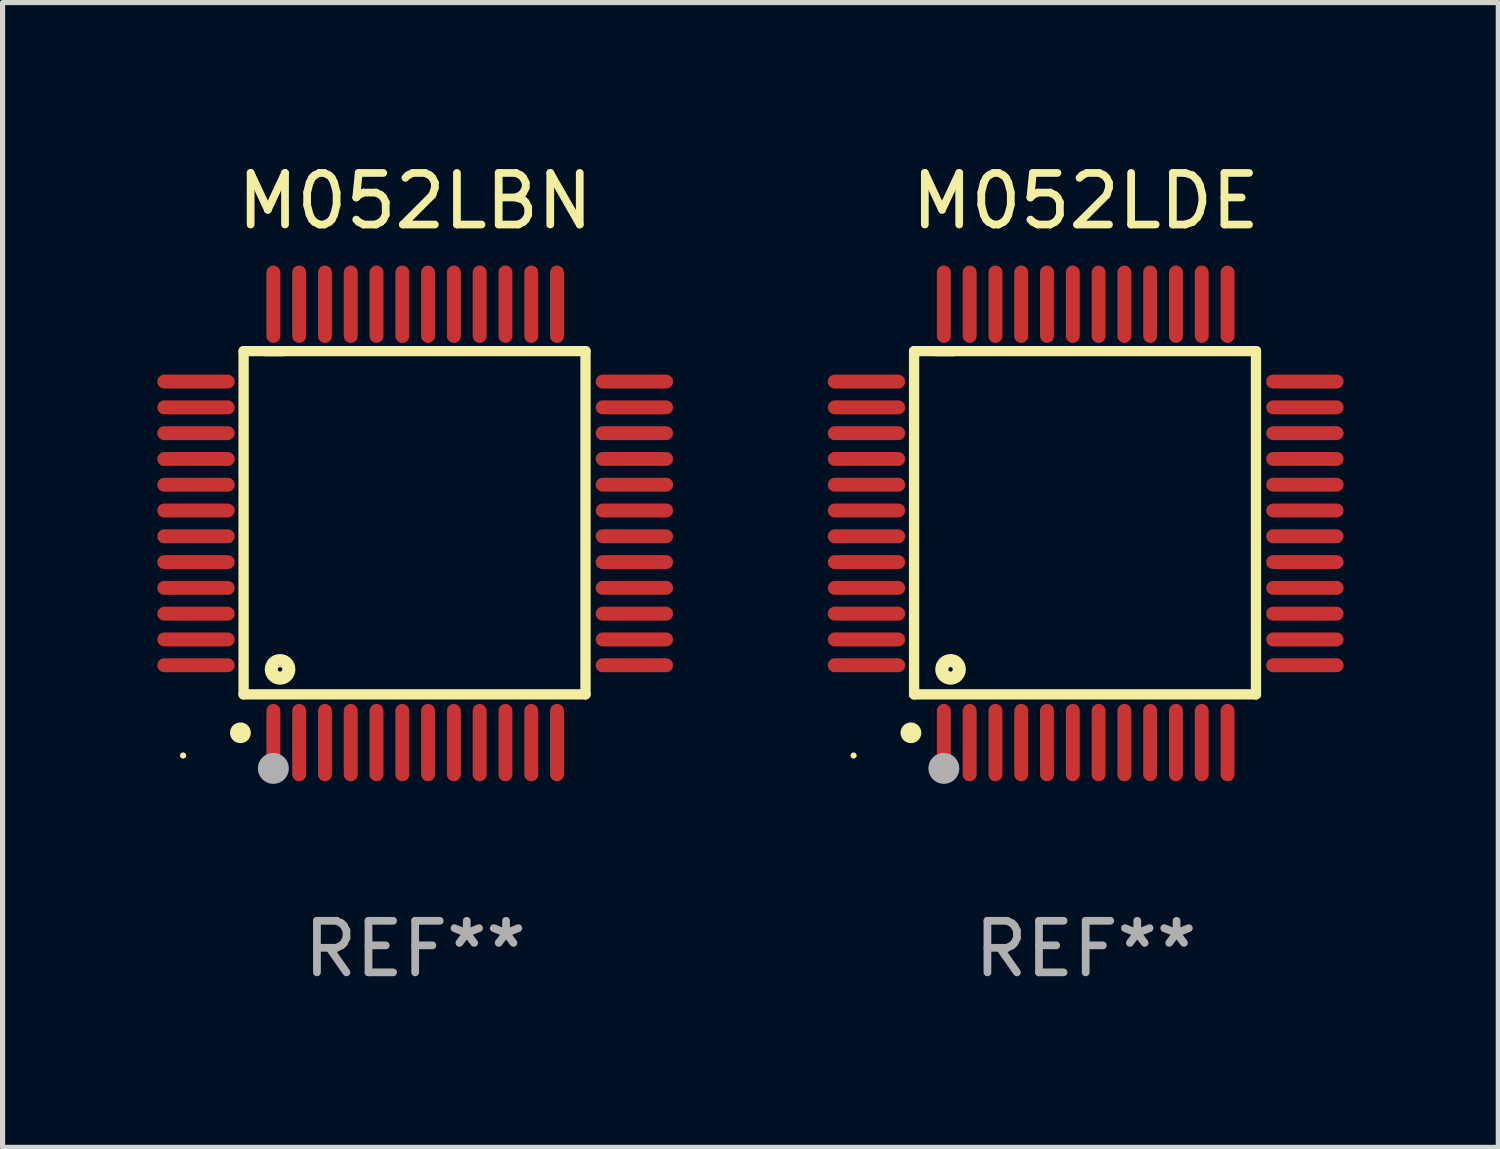
<source format=kicad_pcb>
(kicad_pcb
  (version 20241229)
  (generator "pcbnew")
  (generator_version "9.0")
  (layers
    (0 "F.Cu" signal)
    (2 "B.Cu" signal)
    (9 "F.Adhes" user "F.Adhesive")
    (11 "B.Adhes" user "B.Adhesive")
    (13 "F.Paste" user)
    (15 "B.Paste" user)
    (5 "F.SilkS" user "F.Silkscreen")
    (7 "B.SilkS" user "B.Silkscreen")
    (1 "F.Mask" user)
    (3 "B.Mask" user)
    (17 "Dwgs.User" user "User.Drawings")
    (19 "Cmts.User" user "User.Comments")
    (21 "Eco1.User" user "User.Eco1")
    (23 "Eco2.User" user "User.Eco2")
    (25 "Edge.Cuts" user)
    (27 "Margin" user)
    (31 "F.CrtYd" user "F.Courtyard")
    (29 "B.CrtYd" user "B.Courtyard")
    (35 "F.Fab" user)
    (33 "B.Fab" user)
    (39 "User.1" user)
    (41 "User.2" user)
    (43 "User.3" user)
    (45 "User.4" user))
  (footprint "M052LBN"
    (layer "F.Cu")
    (at 5 7.098)
    (property "Reference" "M052LBN" (at 0 -6.25 0) (layer "F.SilkS") (effects (font (size 1 1) (thickness 0.15))))
    (attr through_hole)
    (fp_line (start -3.327 -3.34) (end -2.565 -3.34) (stroke (width 0.2) (type solid)) (layer "F.SilkS"))
    (fp_line (start -3.327 3.315) (end -3.327 -3.34) (stroke (width 0.2) (type solid)) (layer "F.SilkS"))
    (fp_line (start -2.896 -3.34) (end 3.302 -3.34) (stroke (width 0.2) (type solid)) (layer "F.SilkS"))
    (fp_line (start 3.302 -3.34) (end 3.302 3.315) (stroke (width 0.2) (type solid)) (layer "F.SilkS"))
    (fp_line (start 3.302 3.315) (end -3.327 3.315) (stroke (width 0.2) (type solid)) (layer "F.SilkS"))
    (fp_arc (start -3.389992 4.059995) (mid -3.388722 4.059991) (end -3.387452 4.059995) (stroke (width 0.4) (type solid)) (layer "F.SilkS"))
    (fp_circle (center -4.5 4.5) (end -4.47 4.5) (stroke (width 0.06) (type solid)) (fill no) (layer "F.SilkS"))
    (fp_circle (center -2.62 2.83) (end -2.45 2.83) (stroke (width 0.254) (type solid)) (fill no) (layer "F.SilkS"))
    (fp_circle (center -2.75 4.75) (end -2.6 4.75) (stroke (width 0.3) (type solid)) (fill no) (layer "F.Fab"))
    (fp_text user "REF**" (at 0 8.25 0) (layer "F.Fab") (effects (font (size 1 1) (thickness 0.15))))
    (pad "1" smd oval (at -2.75 4.25) (size 0.27 1.5) (layers "F.Cu" "F.Mask" "F.Paste"))
    (pad "2" smd oval (at -2.25 4.25) (size 0.27 1.5) (layers "F.Cu" "F.Mask" "F.Paste"))
    (pad "3" smd oval (at -1.75 4.25) (size 0.27 1.5) (layers "F.Cu" "F.Mask" "F.Paste"))
    (pad "4" smd oval (at -1.25 4.25) (size 0.27 1.5) (layers "F.Cu" "F.Mask" "F.Paste"))
    (pad "5" smd oval (at -0.75 4.25) (size 0.27 1.5) (layers "F.Cu" "F.Mask" "F.Paste"))
    (pad "6" smd oval (at -0.25 4.25) (size 0.27 1.5) (layers "F.Cu" "F.Mask" "F.Paste"))
    (pad "7" smd oval (at 0.25 4.25) (size 0.27 1.5) (layers "F.Cu" "F.Mask" "F.Paste"))
    (pad "8" smd oval (at 0.75 4.25) (size 0.27 1.5) (layers "F.Cu" "F.Mask" "F.Paste"))
    (pad "9" smd oval (at 1.25 4.25) (size 0.27 1.5) (layers "F.Cu" "F.Mask" "F.Paste"))
    (pad "10" smd oval (at 1.75 4.25) (size 0.27 1.5) (layers "F.Cu" "F.Mask" "F.Paste"))
    (pad "11" smd oval (at 2.25 4.25) (size 0.27 1.5) (layers "F.Cu" "F.Mask" "F.Paste"))
    (pad "12" smd oval (at 2.75 4.25) (size 0.27 1.5) (layers "F.Cu" "F.Mask" "F.Paste"))
    (pad "13" smd oval (at 4.25 2.75) (size 1.5 0.27) (layers "F.Cu" "F.Mask" "F.Paste"))
    (pad "14" smd oval (at 4.25 2.25) (size 1.5 0.27) (layers "F.Cu" "F.Mask" "F.Paste"))
    (pad "15" smd oval (at 4.25 1.75) (size 1.5 0.27) (layers "F.Cu" "F.Mask" "F.Paste"))
    (pad "16" smd oval (at 4.25 1.25) (size 1.5 0.27) (layers "F.Cu" "F.Mask" "F.Paste"))
    (pad "17" smd oval (at 4.25 0.75) (size 1.5 0.27) (layers "F.Cu" "F.Mask" "F.Paste"))
    (pad "18" smd oval (at 4.25 0.25) (size 1.5 0.27) (layers "F.Cu" "F.Mask" "F.Paste"))
    (pad "19" smd oval (at 4.25 -0.25) (size 1.5 0.27) (layers "F.Cu" "F.Mask" "F.Paste"))
    (pad "20" smd oval (at 4.25 -0.75) (size 1.5 0.27) (layers "F.Cu" "F.Mask" "F.Paste"))
    (pad "21" smd oval (at 4.25 -1.25) (size 1.5 0.27) (layers "F.Cu" "F.Mask" "F.Paste"))
    (pad "22" smd oval (at 4.25 -1.75) (size 1.5 0.27) (layers "F.Cu" "F.Mask" "F.Paste"))
    (pad "23" smd oval (at 4.25 -2.25) (size 1.5 0.27) (layers "F.Cu" "F.Mask" "F.Paste"))
    (pad "24" smd oval (at 4.25 -2.75) (size 1.5 0.27) (layers "F.Cu" "F.Mask" "F.Paste"))
    (pad "25" smd oval (at 2.75 -4.25) (size 0.27 1.5) (layers "F.Cu" "F.Mask" "F.Paste"))
    (pad "26" smd oval (at 2.25 -4.25) (size 0.27 1.5) (layers "F.Cu" "F.Mask" "F.Paste"))
    (pad "27" smd oval (at 1.75 -4.25) (size 0.27 1.5) (layers "F.Cu" "F.Mask" "F.Paste"))
    (pad "28" smd oval (at 1.25 -4.25) (size 0.27 1.5) (layers "F.Cu" "F.Mask" "F.Paste"))
    (pad "29" smd oval (at 0.75 -4.25) (size 0.27 1.5) (layers "F.Cu" "F.Mask" "F.Paste"))
    (pad "30" smd oval (at 0.25 -4.25) (size 0.27 1.5) (layers "F.Cu" "F.Mask" "F.Paste"))
    (pad "31" smd oval (at -0.25 -4.25) (size 0.27 1.5) (layers "F.Cu" "F.Mask" "F.Paste"))
    (pad "32" smd oval (at -0.75 -4.25) (size 0.27 1.5) (layers "F.Cu" "F.Mask" "F.Paste"))
    (pad "33" smd oval (at -1.25 -4.25) (size 0.27 1.5) (layers "F.Cu" "F.Mask" "F.Paste"))
    (pad "34" smd oval (at -1.75 -4.25) (size 0.27 1.5) (layers "F.Cu" "F.Mask" "F.Paste"))
    (pad "35" smd oval (at -2.25 -4.25) (size 0.27 1.5) (layers "F.Cu" "F.Mask" "F.Paste"))
    (pad "36" smd oval (at -2.75 -4.25) (size 0.27 1.5) (layers "F.Cu" "F.Mask" "F.Paste"))
    (pad "37" smd oval (at -4.25 -2.75) (size 1.5 0.27) (layers "F.Cu" "F.Mask" "F.Paste"))
    (pad "38" smd oval (at -4.25 -2.25) (size 1.5 0.27) (layers "F.Cu" "F.Mask" "F.Paste"))
    (pad "39" smd oval (at -4.25 -1.75) (size 1.5 0.27) (layers "F.Cu" "F.Mask" "F.Paste"))
    (pad "40" smd oval (at -4.25 -1.25) (size 1.5 0.27) (layers "F.Cu" "F.Mask" "F.Paste"))
    (pad "41" smd oval (at -4.25 -0.75) (size 1.5 0.27) (layers "F.Cu" "F.Mask" "F.Paste"))
    (pad "42" smd oval (at -4.25 -0.25) (size 1.5 0.27) (layers "F.Cu" "F.Mask" "F.Paste"))
    (pad "43" smd oval (at -4.25 0.25) (size 1.5 0.27) (layers "F.Cu" "F.Mask" "F.Paste"))
    (pad "44" smd oval (at -4.25 0.75) (size 1.5 0.27) (layers "F.Cu" "F.Mask" "F.Paste"))
    (pad "45" smd oval (at -4.25 1.25) (size 1.5 0.27) (layers "F.Cu" "F.Mask" "F.Paste"))
    (pad "46" smd oval (at -4.25 1.75) (size 1.5 0.27) (layers "F.Cu" "F.Mask" "F.Paste"))
    (pad "47" smd oval (at -4.25 2.25) (size 1.5 0.27) (layers "F.Cu" "F.Mask" "F.Paste"))
    (pad "48" smd oval (at -4.25 2.75) (size 1.5 0.27) (layers "F.Cu" "F.Mask" "F.Paste")))
  (footprint "M052LDE"
    (layer "F.Cu")
    (at 18 7.098)
    (property "Reference" "M052LDE" (at 0 -6.25 0) (layer "F.SilkS") (effects (font (size 1 1) (thickness 0.15))))
    (attr through_hole)
    (fp_line (start -3.327 -3.34) (end -2.565 -3.34) (stroke (width 0.2) (type solid)) (layer "F.SilkS"))
    (fp_line (start -3.327 3.315) (end -3.327 -3.34) (stroke (width 0.2) (type solid)) (layer "F.SilkS"))
    (fp_line (start -2.896 -3.34) (end 3.302 -3.34) (stroke (width 0.2) (type solid)) (layer "F.SilkS"))
    (fp_line (start 3.302 -3.34) (end 3.302 3.315) (stroke (width 0.2) (type solid)) (layer "F.SilkS"))
    (fp_line (start 3.302 3.315) (end -3.327 3.315) (stroke (width 0.2) (type solid)) (layer "F.SilkS"))
    (fp_arc (start -3.389992 4.059995) (mid -3.388722 4.059991) (end -3.387452 4.059995) (stroke (width 0.4) (type solid)) (layer "F.SilkS"))
    (fp_circle (center -4.5 4.5) (end -4.47 4.5) (stroke (width 0.06) (type solid)) (fill no) (layer "F.SilkS"))
    (fp_circle (center -2.62 2.83) (end -2.45 2.83) (stroke (width 0.254) (type solid)) (fill no) (layer "F.SilkS"))
    (fp_circle (center -2.75 4.75) (end -2.6 4.75) (stroke (width 0.3) (type solid)) (fill no) (layer "F.Fab"))
    (fp_text user "REF**" (at 0 8.25 0) (layer "F.Fab") (effects (font (size 1 1) (thickness 0.15))))
    (pad "1" smd oval (at -2.75 4.25) (size 0.27 1.5) (layers "F.Cu" "F.Mask" "F.Paste"))
    (pad "2" smd oval (at -2.25 4.25) (size 0.27 1.5) (layers "F.Cu" "F.Mask" "F.Paste"))
    (pad "3" smd oval (at -1.75 4.25) (size 0.27 1.5) (layers "F.Cu" "F.Mask" "F.Paste"))
    (pad "4" smd oval (at -1.25 4.25) (size 0.27 1.5) (layers "F.Cu" "F.Mask" "F.Paste"))
    (pad "5" smd oval (at -0.75 4.25) (size 0.27 1.5) (layers "F.Cu" "F.Mask" "F.Paste"))
    (pad "6" smd oval (at -0.25 4.25) (size 0.27 1.5) (layers "F.Cu" "F.Mask" "F.Paste"))
    (pad "7" smd oval (at 0.25 4.25) (size 0.27 1.5) (layers "F.Cu" "F.Mask" "F.Paste"))
    (pad "8" smd oval (at 0.75 4.25) (size 0.27 1.5) (layers "F.Cu" "F.Mask" "F.Paste"))
    (pad "9" smd oval (at 1.25 4.25) (size 0.27 1.5) (layers "F.Cu" "F.Mask" "F.Paste"))
    (pad "10" smd oval (at 1.75 4.25) (size 0.27 1.5) (layers "F.Cu" "F.Mask" "F.Paste"))
    (pad "11" smd oval (at 2.25 4.25) (size 0.27 1.5) (layers "F.Cu" "F.Mask" "F.Paste"))
    (pad "12" smd oval (at 2.75 4.25) (size 0.27 1.5) (layers "F.Cu" "F.Mask" "F.Paste"))
    (pad "13" smd oval (at 4.25 2.75) (size 1.5 0.27) (layers "F.Cu" "F.Mask" "F.Paste"))
    (pad "14" smd oval (at 4.25 2.25) (size 1.5 0.27) (layers "F.Cu" "F.Mask" "F.Paste"))
    (pad "15" smd oval (at 4.25 1.75) (size 1.5 0.27) (layers "F.Cu" "F.Mask" "F.Paste"))
    (pad "16" smd oval (at 4.25 1.25) (size 1.5 0.27) (layers "F.Cu" "F.Mask" "F.Paste"))
    (pad "17" smd oval (at 4.25 0.75) (size 1.5 0.27) (layers "F.Cu" "F.Mask" "F.Paste"))
    (pad "18" smd oval (at 4.25 0.25) (size 1.5 0.27) (layers "F.Cu" "F.Mask" "F.Paste"))
    (pad "19" smd oval (at 4.25 -0.25) (size 1.5 0.27) (layers "F.Cu" "F.Mask" "F.Paste"))
    (pad "20" smd oval (at 4.25 -0.75) (size 1.5 0.27) (layers "F.Cu" "F.Mask" "F.Paste"))
    (pad "21" smd oval (at 4.25 -1.25) (size 1.5 0.27) (layers "F.Cu" "F.Mask" "F.Paste"))
    (pad "22" smd oval (at 4.25 -1.75) (size 1.5 0.27) (layers "F.Cu" "F.Mask" "F.Paste"))
    (pad "23" smd oval (at 4.25 -2.25) (size 1.5 0.27) (layers "F.Cu" "F.Mask" "F.Paste"))
    (pad "24" smd oval (at 4.25 -2.75) (size 1.5 0.27) (layers "F.Cu" "F.Mask" "F.Paste"))
    (pad "25" smd oval (at 2.75 -4.25) (size 0.27 1.5) (layers "F.Cu" "F.Mask" "F.Paste"))
    (pad "26" smd oval (at 2.25 -4.25) (size 0.27 1.5) (layers "F.Cu" "F.Mask" "F.Paste"))
    (pad "27" smd oval (at 1.75 -4.25) (size 0.27 1.5) (layers "F.Cu" "F.Mask" "F.Paste"))
    (pad "28" smd oval (at 1.25 -4.25) (size 0.27 1.5) (layers "F.Cu" "F.Mask" "F.Paste"))
    (pad "29" smd oval (at 0.75 -4.25) (size 0.27 1.5) (layers "F.Cu" "F.Mask" "F.Paste"))
    (pad "30" smd oval (at 0.25 -4.25) (size 0.27 1.5) (layers "F.Cu" "F.Mask" "F.Paste"))
    (pad "31" smd oval (at -0.25 -4.25) (size 0.27 1.5) (layers "F.Cu" "F.Mask" "F.Paste"))
    (pad "32" smd oval (at -0.75 -4.25) (size 0.27 1.5) (layers "F.Cu" "F.Mask" "F.Paste"))
    (pad "33" smd oval (at -1.25 -4.25) (size 0.27 1.5) (layers "F.Cu" "F.Mask" "F.Paste"))
    (pad "34" smd oval (at -1.75 -4.25) (size 0.27 1.5) (layers "F.Cu" "F.Mask" "F.Paste"))
    (pad "35" smd oval (at -2.25 -4.25) (size 0.27 1.5) (layers "F.Cu" "F.Mask" "F.Paste"))
    (pad "36" smd oval (at -2.75 -4.25) (size 0.27 1.5) (layers "F.Cu" "F.Mask" "F.Paste"))
    (pad "37" smd oval (at -4.25 -2.75) (size 1.5 0.27) (layers "F.Cu" "F.Mask" "F.Paste"))
    (pad "38" smd oval (at -4.25 -2.25) (size 1.5 0.27) (layers "F.Cu" "F.Mask" "F.Paste"))
    (pad "39" smd oval (at -4.25 -1.75) (size 1.5 0.27) (layers "F.Cu" "F.Mask" "F.Paste"))
    (pad "40" smd oval (at -4.25 -1.25) (size 1.5 0.27) (layers "F.Cu" "F.Mask" "F.Paste"))
    (pad "41" smd oval (at -4.25 -0.75) (size 1.5 0.27) (layers "F.Cu" "F.Mask" "F.Paste"))
    (pad "42" smd oval (at -4.25 -0.25) (size 1.5 0.27) (layers "F.Cu" "F.Mask" "F.Paste"))
    (pad "43" smd oval (at -4.25 0.25) (size 1.5 0.27) (layers "F.Cu" "F.Mask" "F.Paste"))
    (pad "44" smd oval (at -4.25 0.75) (size 1.5 0.27) (layers "F.Cu" "F.Mask" "F.Paste"))
    (pad "45" smd oval (at -4.25 1.25) (size 1.5 0.27) (layers "F.Cu" "F.Mask" "F.Paste"))
    (pad "46" smd oval (at -4.25 1.75) (size 1.5 0.27) (layers "F.Cu" "F.Mask" "F.Paste"))
    (pad "47" smd oval (at -4.25 2.25) (size 1.5 0.27) (layers "F.Cu" "F.Mask" "F.Paste"))
    (pad "48" smd oval (at -4.25 2.75) (size 1.5 0.27) (layers "F.Cu" "F.Mask" "F.Paste")))
  (gr_rect
    (start -3 -3)
    (end 26 19.196)
    (stroke (width 0.1) (type default))
    (fill no)
    (layer "Edge.Cuts")))
</source>
